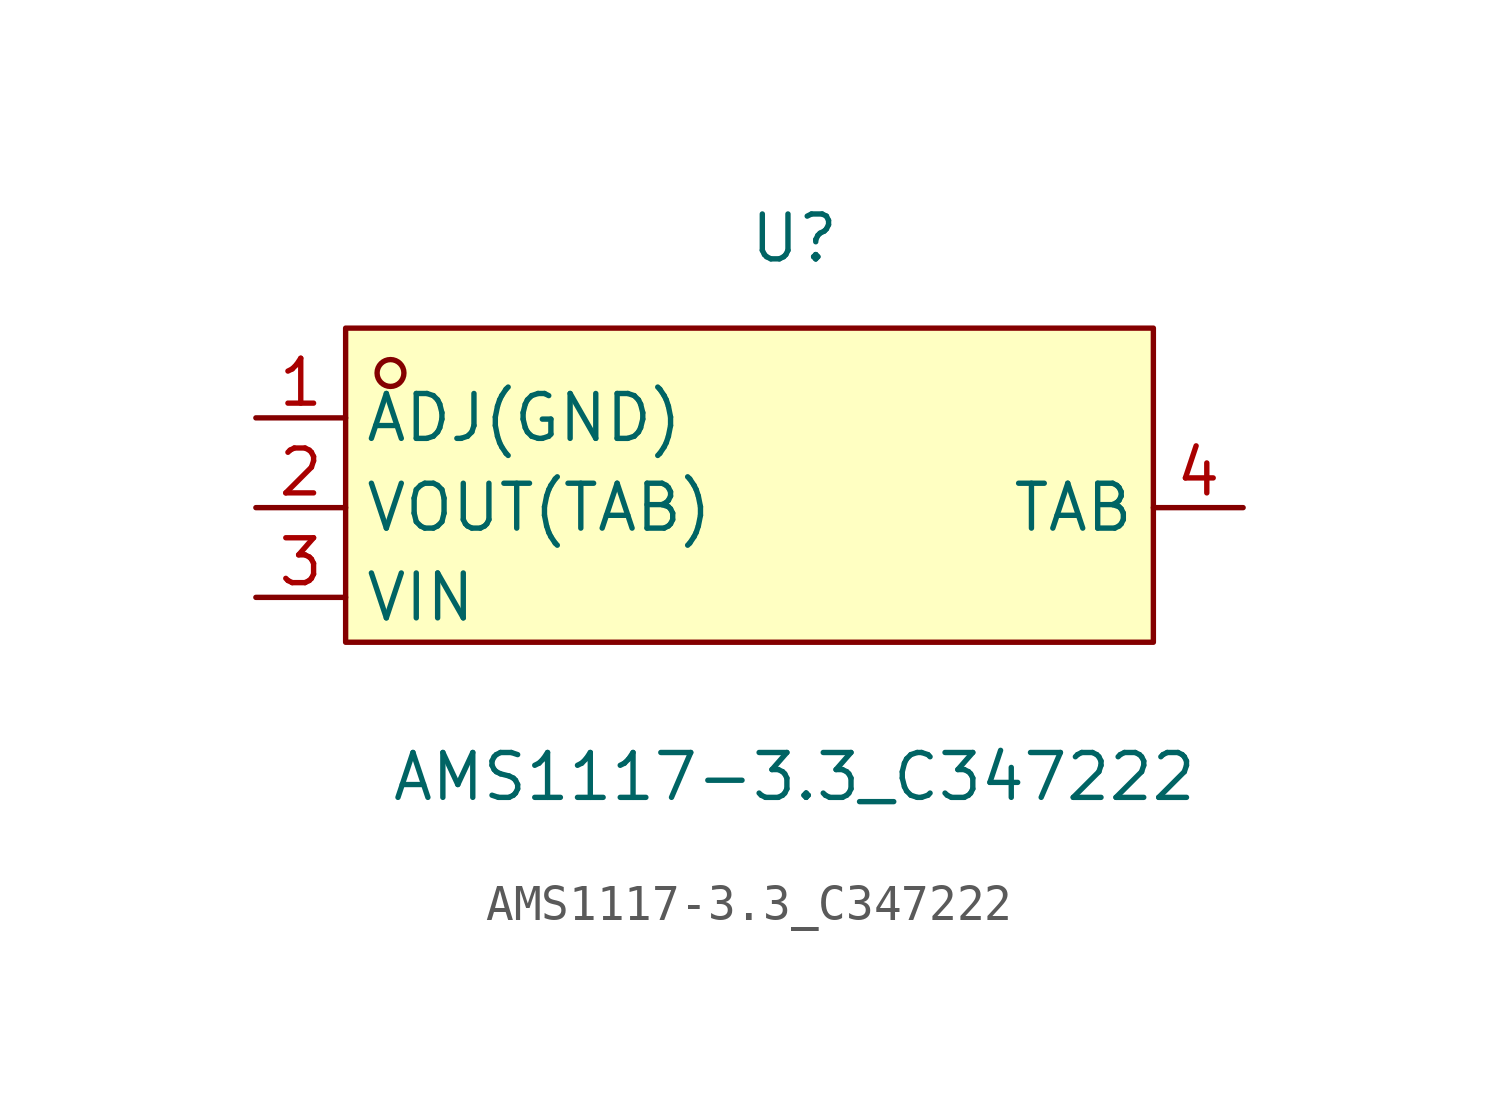
<source format=kicad_sym>
(kicad_symbol_lib
  (version 20211014)
  (generator https://github.com/uPesy/easyeda2kicad.py)
  (symbol "AMS1117-3.3_C347222"
    (property "Reference" "U"
      (at 0 7.62 0)
      (effects (font (size 1.27 1.27))))
    (property "Value" "AMS1117-3.3_C347222"
      (at 0 -7.62 0)
      (effects (font (size 1.27 1.27))))
    (symbol "AMS1117-3.3_C347222_0_1"
      (rectangle (start -12.70 5.08) (end 10.16 -3.81) (stroke (width 0) (type default) (color 0 0 0 0)) (fill (type background)))
      (circle (center -11.43 3.81) (radius 0.38) (stroke (width 0) (type default) (color 0 0 0 0)) (fill (type none)))
      (pin unspecified line (at -15.24 2.54 0) (length 2.54) (name "ADJ(GND)" (effects (font (size 1.27 1.27)))) (number "1" (effects (font (size 1.27 1.27)))))
      (pin unspecified line (at -15.24 -0.00 0) (length 2.54) (name "VOUT(TAB)" (effects (font (size 1.27 1.27)))) (number "2" (effects (font (size 1.27 1.27)))))
      (pin unspecified line (at -15.24 -2.54 0) (length 2.54) (name "VIN" (effects (font (size 1.27 1.27)))) (number "3" (effects (font (size 1.27 1.27)))))
      (pin unspecified line (at 12.70 -0.00 180) (length 2.54) (name "TAB" (effects (font (size 1.27 1.27)))) (number "4" (effects (font (size 1.27 1.27))))))))
</source>
